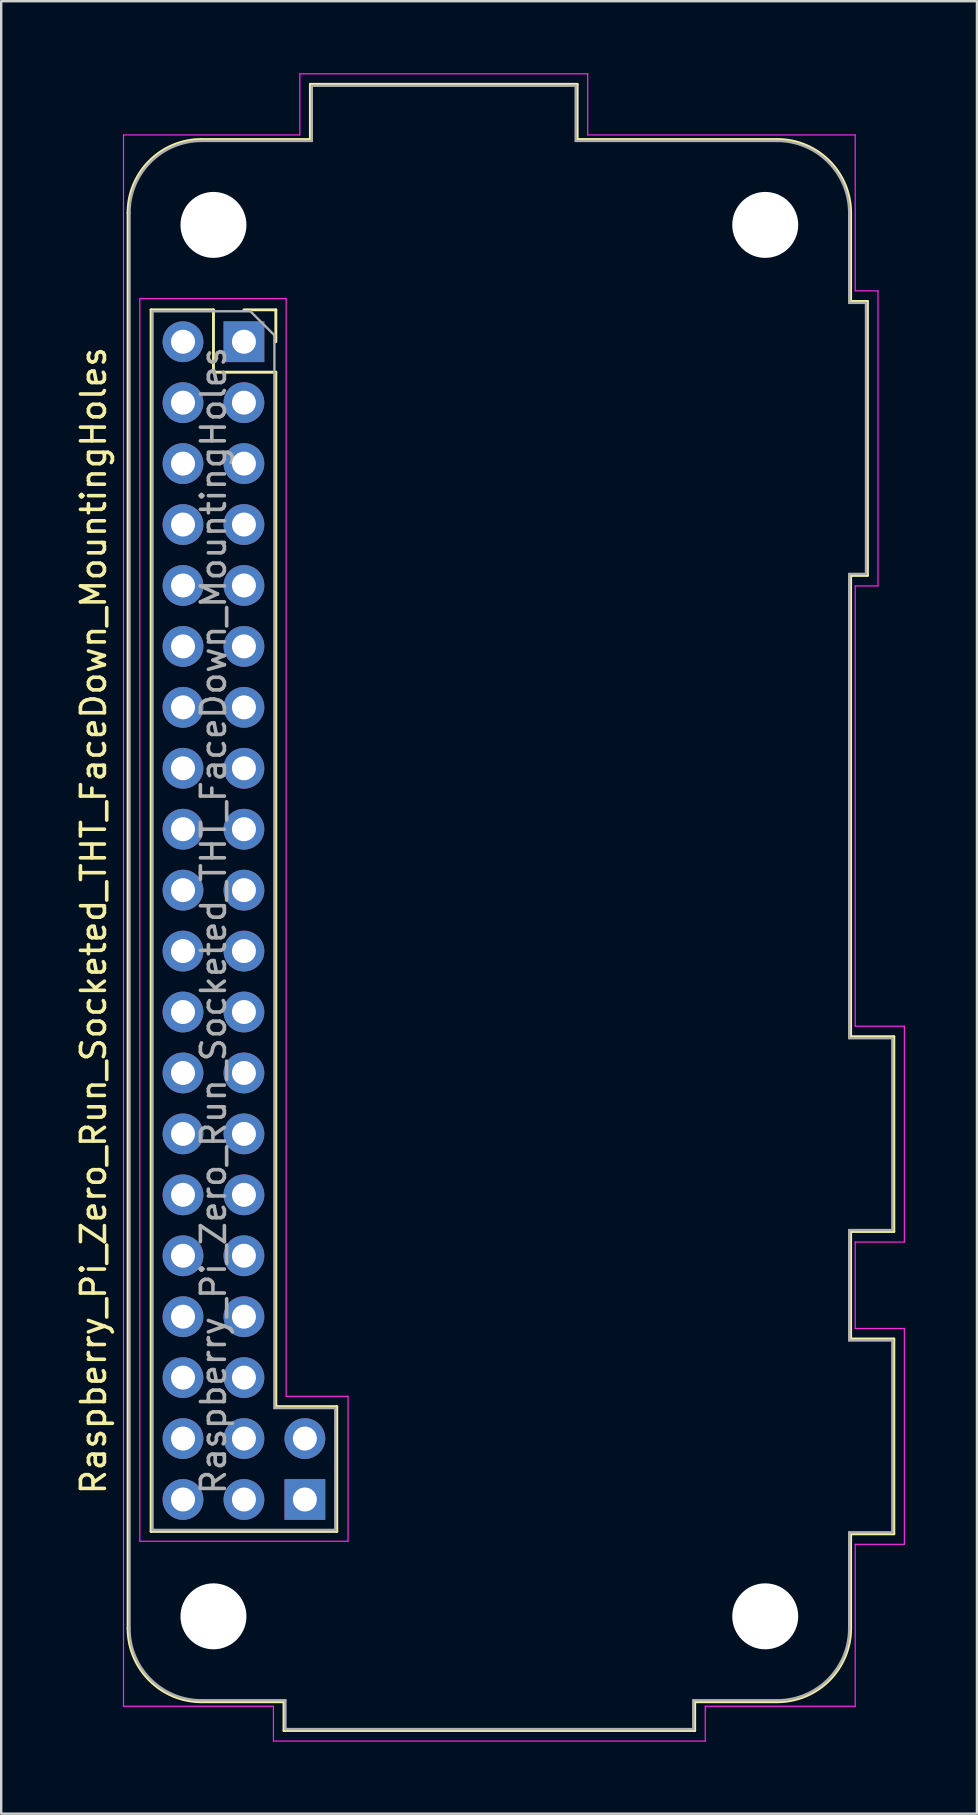
<source format=kicad_pcb>
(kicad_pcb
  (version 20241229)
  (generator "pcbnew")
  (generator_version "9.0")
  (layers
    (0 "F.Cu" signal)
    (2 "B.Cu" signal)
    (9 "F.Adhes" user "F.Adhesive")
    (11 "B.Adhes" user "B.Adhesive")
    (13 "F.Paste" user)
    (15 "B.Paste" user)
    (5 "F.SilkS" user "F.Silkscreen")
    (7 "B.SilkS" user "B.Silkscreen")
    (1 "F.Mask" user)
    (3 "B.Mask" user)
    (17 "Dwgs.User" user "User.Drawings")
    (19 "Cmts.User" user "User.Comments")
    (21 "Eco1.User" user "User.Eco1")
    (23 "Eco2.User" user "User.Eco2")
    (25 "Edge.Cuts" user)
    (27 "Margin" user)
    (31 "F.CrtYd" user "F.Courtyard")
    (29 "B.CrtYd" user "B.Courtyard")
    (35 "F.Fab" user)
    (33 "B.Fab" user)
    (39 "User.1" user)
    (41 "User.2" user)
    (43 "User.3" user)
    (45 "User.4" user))
  (footprint "Raspberry_Pi_Zero_Run_Socketed_THT_FaceDown_MountingHoles"
    (layer "F.Cu")
    (at 7.118 11.195)
    (property "Reference" "Raspberry_Pi_Zero_Run_Socketed_THT_FaceDown_MountingHoles" (at -6.27 24.13 90) (layer "F.SilkS") (effects (font (size 1 1) (thickness 0.15))))
    (attr through_hole)
    (fp_line (start -4.83 53.63) (end -4.83 -5.37) (stroke (width 0.12) (type solid)) (layer "F.SilkS"))
    (fp_line (start -3.87 -1.33) (end -3.87 49.59) (stroke (width 0.12) (type solid)) (layer "F.SilkS"))
    (fp_line (start -3.87 -1.33) (end -1.27 -1.33) (stroke (width 0.12) (type solid)) (layer "F.SilkS"))
    (fp_line (start -3.87 49.59) (end 3.87 49.59) (stroke (width 0.12) (type solid)) (layer "F.SilkS"))
    (fp_line (start -1.77 -8.43) (end 2.77 -8.43) (stroke (width 0.12) (type solid)) (layer "F.SilkS"))
    (fp_line (start -1.27 -1.33) (end -1.27 1.27) (stroke (width 0.12) (type solid)) (layer "F.SilkS"))
    (fp_line (start -1.27 1.27) (end 1.33 1.27) (stroke (width 0.12) (type solid)) (layer "F.SilkS"))
    (fp_line (start 0 -1.33) (end 1.33 -1.33) (stroke (width 0.12) (type solid)) (layer "F.SilkS"))
    (fp_line (start 1.33 -1.33) (end 1.33 0) (stroke (width 0.12) (type solid)) (layer "F.SilkS"))
    (fp_line (start 1.33 1.27) (end 1.33 44.39) (stroke (width 0.12) (type solid)) (layer "F.SilkS"))
    (fp_line (start 1.67 56.69) (end -1.77 56.69) (stroke (width 0.12) (type solid)) (layer "F.SilkS"))
    (fp_line (start 1.67 56.69) (end 1.67 57.89) (stroke (width 0.12) (type solid)) (layer "F.SilkS"))
    (fp_line (start 1.67 57.89) (end 18.79 57.89) (stroke (width 0.12) (type solid)) (layer "F.SilkS"))
    (fp_line (start 2.77 -8.43) (end 2.77 -10.73) (stroke (width 0.12) (type solid)) (layer "F.SilkS"))
    (fp_line (start 3.87 44.39) (end 1.33 44.39) (stroke (width 0.12) (type solid)) (layer "F.SilkS"))
    (fp_line (start 3.87 49.59) (end 3.87 44.39) (stroke (width 0.12) (type solid)) (layer "F.SilkS"))
    (fp_line (start 13.89 -10.73) (end 2.77 -10.73) (stroke (width 0.12) (type solid)) (layer "F.SilkS"))
    (fp_line (start 13.89 -8.43) (end 13.89 -10.73) (stroke (width 0.12) (type solid)) (layer "F.SilkS"))
    (fp_line (start 18.79 56.69) (end 22.23 56.69) (stroke (width 0.12) (type solid)) (layer "F.SilkS"))
    (fp_line (start 18.79 57.89) (end 18.79 56.69) (stroke (width 0.12) (type solid)) (layer "F.SilkS"))
    (fp_line (start 22.23 -8.43) (end 13.89 -8.43) (stroke (width 0.12) (type solid)) (layer "F.SilkS"))
    (fp_line (start 25.29 -1.68) (end 25.29 -5.37) (stroke (width 0.12) (type solid)) (layer "F.SilkS"))
    (fp_line (start 25.29 9.74) (end 25.99 9.74) (stroke (width 0.12) (type solid)) (layer "F.SilkS"))
    (fp_line (start 25.29 28.97) (end 25.29 9.74) (stroke (width 0.12) (type solid)) (layer "F.SilkS"))
    (fp_line (start 25.29 37.09) (end 27.09 37.09) (stroke (width 0.12) (type solid)) (layer "F.SilkS"))
    (fp_line (start 25.29 41.57) (end 25.29 37.09) (stroke (width 0.12) (type solid)) (layer "F.SilkS"))
    (fp_line (start 25.29 49.69) (end 27.09 49.69) (stroke (width 0.12) (type solid)) (layer "F.SilkS"))
    (fp_line (start 25.29 53.63) (end 25.29 49.69) (stroke (width 0.12) (type solid)) (layer "F.SilkS"))
    (fp_line (start 25.99 -1.68) (end 25.29 -1.68) (stroke (width 0.12) (type solid)) (layer "F.SilkS"))
    (fp_line (start 25.99 9.74) (end 25.99 -1.68) (stroke (width 0.12) (type solid)) (layer "F.SilkS"))
    (fp_line (start 27.09 28.97) (end 25.29 28.97) (stroke (width 0.12) (type solid)) (layer "F.SilkS"))
    (fp_line (start 27.09 37.09) (end 27.09 28.97) (stroke (width 0.12) (type solid)) (layer "F.SilkS"))
    (fp_line (start 27.09 41.57) (end 25.29 41.57) (stroke (width 0.12) (type solid)) (layer "F.SilkS"))
    (fp_line (start 27.09 49.69) (end 27.09 41.57) (stroke (width 0.12) (type solid)) (layer "F.SilkS"))
    (fp_arc (start -4.83 -5.37) (mid -3.933747 -7.533747) (end -1.77 -8.43) (stroke (width 0.12) (type solid)) (layer "F.SilkS"))
    (fp_arc (start -1.77 56.69) (mid -3.933747 55.793747) (end -4.83 53.63) (stroke (width 0.12) (type solid)) (layer "F.SilkS"))
    (fp_arc (start 22.23 -8.43) (mid 24.393747 -7.533747) (end 25.29 -5.37) (stroke (width 0.12) (type solid)) (layer "F.SilkS"))
    (fp_arc (start 25.29 53.63) (mid 24.393747 55.793747) (end 22.23 56.69) (stroke (width 0.12) (type solid)) (layer "F.SilkS"))
    (fp_line (start -5.02 -8.62) (end 2.33 -8.62) (stroke (width 0.05) (type solid)) (layer "F.CrtYd"))
    (fp_line (start -5.02 56.88) (end -5.02 -8.62) (stroke (width 0.05) (type solid)) (layer "F.CrtYd"))
    (fp_line (start -5.02 56.88) (end 1.23 56.88) (stroke (width 0.05) (type solid)) (layer "F.CrtYd"))
    (fp_line (start -4.34 -1.8) (end 1.76 -1.8) (stroke (width 0.05) (type solid)) (layer "F.CrtYd"))
    (fp_line (start -4.34 50) (end -4.34 -1.8) (stroke (width 0.05) (type solid)) (layer "F.CrtYd"))
    (fp_line (start 1.23 58.33) (end 1.23 56.88) (stroke (width 0.05) (type solid)) (layer "F.CrtYd"))
    (fp_line (start 1.76 -1.8) (end 1.76 43.96) (stroke (width 0.05) (type solid)) (layer "F.CrtYd"))
    (fp_line (start 1.76 43.96) (end 4.34 43.96) (stroke (width 0.05) (type solid)) (layer "F.CrtYd"))
    (fp_line (start 2.33 -8.62) (end 2.33 -11.17) (stroke (width 0.05) (type solid)) (layer "F.CrtYd"))
    (fp_line (start 4.34 43.96) (end 4.34 50) (stroke (width 0.05) (type solid)) (layer "F.CrtYd"))
    (fp_line (start 4.34 50) (end -4.34 50) (stroke (width 0.05) (type solid)) (layer "F.CrtYd"))
    (fp_line (start 14.33 -11.17) (end 2.33 -11.17) (stroke (width 0.05) (type solid)) (layer "F.CrtYd"))
    (fp_line (start 14.33 -8.62) (end 14.33 -11.17) (stroke (width 0.05) (type solid)) (layer "F.CrtYd"))
    (fp_line (start 19.23 56.88) (end 25.48 56.88) (stroke (width 0.05) (type solid)) (layer "F.CrtYd"))
    (fp_line (start 19.23 58.33) (end 1.23 58.33) (stroke (width 0.05) (type solid)) (layer "F.CrtYd"))
    (fp_line (start 19.23 58.33) (end 19.23 56.88) (stroke (width 0.05) (type solid)) (layer "F.CrtYd"))
    (fp_line (start 25.48 -8.62) (end 14.33 -8.62) (stroke (width 0.05) (type solid)) (layer "F.CrtYd"))
    (fp_line (start 25.48 -2.12) (end 25.48 -8.62) (stroke (width 0.05) (type solid)) (layer "F.CrtYd"))
    (fp_line (start 25.48 28.53) (end 25.48 10.18) (stroke (width 0.05) (type solid)) (layer "F.CrtYd"))
    (fp_line (start 25.48 37.53) (end 25.48 41.13) (stroke (width 0.05) (type solid)) (layer "F.CrtYd"))
    (fp_line (start 25.48 50.13) (end 25.48 56.88) (stroke (width 0.05) (type solid)) (layer "F.CrtYd"))
    (fp_line (start 26.43 -2.12) (end 25.48 -2.12) (stroke (width 0.05) (type solid)) (layer "F.CrtYd"))
    (fp_line (start 26.43 -2.12) (end 26.43 10.18) (stroke (width 0.05) (type solid)) (layer "F.CrtYd"))
    (fp_line (start 26.43 10.18) (end 25.48 10.18) (stroke (width 0.05) (type solid)) (layer "F.CrtYd"))
    (fp_line (start 27.53 28.53) (end 25.48 28.53) (stroke (width 0.05) (type solid)) (layer "F.CrtYd"))
    (fp_line (start 27.53 37.53) (end 25.48 37.53) (stroke (width 0.05) (type solid)) (layer "F.CrtYd"))
    (fp_line (start 27.53 37.53) (end 27.53 28.53) (stroke (width 0.05) (type solid)) (layer "F.CrtYd"))
    (fp_line (start 27.53 41.13) (end 25.48 41.13) (stroke (width 0.05) (type solid)) (layer "F.CrtYd"))
    (fp_line (start 27.53 50.13) (end 25.48 50.13) (stroke (width 0.05) (type solid)) (layer "F.CrtYd"))
    (fp_line (start 27.53 50.13) (end 27.53 41.13) (stroke (width 0.05) (type solid)) (layer "F.CrtYd"))
    (fp_line (start -4.77 53.63) (end -4.77 -5.37) (stroke (width 0.1) (type solid)) (layer "F.Fab"))
    (fp_line (start -3.81 -1.27) (end 0.27 -1.27) (stroke (width 0.1) (type solid)) (layer "F.Fab"))
    (fp_line (start -3.81 49.53) (end -3.81 -1.27) (stroke (width 0.1) (type solid)) (layer "F.Fab"))
    (fp_line (start -1.77 -8.37) (end 2.83 -8.37) (stroke (width 0.1) (type solid)) (layer "F.Fab"))
    (fp_line (start -1.77 56.63) (end 1.73 56.63) (stroke (width 0.1) (type solid)) (layer "F.Fab"))
    (fp_line (start 0.27 -1.27) (end 1.27 -0.27) (stroke (width 0.1) (type solid)) (layer "F.Fab"))
    (fp_line (start 1.27 -0.27) (end 1.27 44.45) (stroke (width 0.1) (type solid)) (layer "F.Fab"))
    (fp_line (start 1.27 44.45) (end 3.81 44.45) (stroke (width 0.1) (type solid)) (layer "F.Fab"))
    (fp_line (start 1.73 56.63) (end 1.73 57.83) (stroke (width 0.1) (type solid)) (layer "F.Fab"))
    (fp_line (start 1.73 57.83) (end 18.73 57.83) (stroke (width 0.1) (type solid)) (layer "F.Fab"))
    (fp_line (start 2.83 -8.37) (end 2.83 -10.67) (stroke (width 0.1) (type solid)) (layer "F.Fab"))
    (fp_line (start 3.81 44.45) (end 3.81 49.53) (stroke (width 0.1) (type solid)) (layer "F.Fab"))
    (fp_line (start 3.81 49.53) (end -3.81 49.53) (stroke (width 0.1) (type solid)) (layer "F.Fab"))
    (fp_line (start 13.83 -10.67) (end 2.83 -10.67) (stroke (width 0.1) (type solid)) (layer "F.Fab"))
    (fp_line (start 13.83 -10.67) (end 13.83 -8.37) (stroke (width 0.1) (type solid)) (layer "F.Fab"))
    (fp_line (start 13.83 -8.37) (end 22.23 -8.37) (stroke (width 0.1) (type solid)) (layer "F.Fab"))
    (fp_line (start 18.73 56.63) (end 18.73 57.83) (stroke (width 0.1) (type solid)) (layer "F.Fab"))
    (fp_line (start 22.23 56.63) (end 18.73 56.63) (stroke (width 0.1) (type solid)) (layer "F.Fab"))
    (fp_line (start 25.23 -1.62) (end 25.23 -5.37) (stroke (width 0.1) (type solid)) (layer "F.Fab"))
    (fp_line (start 25.23 -1.62) (end 25.93 -1.62) (stroke (width 0.1) (type solid)) (layer "F.Fab"))
    (fp_line (start 25.23 9.68) (end 25.93 9.68) (stroke (width 0.1) (type solid)) (layer "F.Fab"))
    (fp_line (start 25.23 29.03) (end 25.23 9.68) (stroke (width 0.1) (type solid)) (layer "F.Fab"))
    (fp_line (start 25.23 37.03) (end 27.03 37.03) (stroke (width 0.1) (type solid)) (layer "F.Fab"))
    (fp_line (start 25.23 41.63) (end 25.23 37.03) (stroke (width 0.1) (type solid)) (layer "F.Fab"))
    (fp_line (start 25.23 49.63) (end 25.23 53.63) (stroke (width 0.1) (type solid)) (layer "F.Fab"))
    (fp_line (start 25.23 49.63) (end 27.03 49.63) (stroke (width 0.1) (type solid)) (layer "F.Fab"))
    (fp_line (start 25.93 9.68) (end 25.93 -1.62) (stroke (width 0.1) (type solid)) (layer "F.Fab"))
    (fp_line (start 27.03 29.03) (end 25.23 29.03) (stroke (width 0.1) (type solid)) (layer "F.Fab"))
    (fp_line (start 27.03 37.03) (end 27.03 29.03) (stroke (width 0.1) (type solid)) (layer "F.Fab"))
    (fp_line (start 27.03 41.63) (end 25.23 41.63) (stroke (width 0.1) (type solid)) (layer "F.Fab"))
    (fp_line (start 27.03 49.63) (end 27.03 41.63) (stroke (width 0.1) (type solid)) (layer "F.Fab"))
    (fp_arc (start -4.77 -5.37) (mid -3.89132 -7.49132) (end -1.77 -8.37) (stroke (width 0.1) (type solid)) (layer "F.Fab"))
    (fp_arc (start -1.77 56.63) (mid -3.89132 55.75132) (end -4.77 53.63) (stroke (width 0.1) (type solid)) (layer "F.Fab"))
    (fp_arc (start 22.23 -8.37) (mid 24.35132 -7.49132) (end 25.23 -5.37) (stroke (width 0.1) (type solid)) (layer "F.Fab"))
    (fp_arc (start 25.23 53.63) (mid 24.35132 55.75132) (end 22.23 56.63) (stroke (width 0.1) (type solid)) (layer "F.Fab"))
    (fp_text user "${REFERENCE}" (at -1.27 24.13 90) (layer "F.Fab") (effects (font (size 1 1) (thickness 0.15))))
    (pad "" np_thru_hole circle (at -1.27 -4.87 90) (size 2.75 2.75) (drill 2.75) (layers "*.Cu" "*.Mask"))
    (pad "" np_thru_hole circle (at -1.27 53.13 90) (size 2.75 2.75) (drill 2.75) (layers "*.Cu" "*.Mask"))
    (pad "" np_thru_hole circle (at 21.73 -4.87 90) (size 2.75 2.75) (drill 2.75) (layers "*.Cu" "*.Mask"))
    (pad "" np_thru_hole circle (at 21.73 53.13 90) (size 2.75 2.75) (drill 2.75) (layers "*.Cu" "*.Mask"))
    (pad "1" thru_hole rect (at 0 0) (size 1.7 1.7) (drill 1) (layers "*.Cu" "*.Mask"))
    (pad "2" thru_hole oval (at -2.54 0) (size 1.7 1.7) (drill 1) (layers "*.Cu" "*.Mask"))
    (pad "3" thru_hole oval (at 0 2.54) (size 1.7 1.7) (drill 1) (layers "*.Cu" "*.Mask"))
    (pad "4" thru_hole oval (at -2.54 2.54) (size 1.7 1.7) (drill 1) (layers "*.Cu" "*.Mask"))
    (pad "5" thru_hole oval (at 0 5.08) (size 1.7 1.7) (drill 1) (layers "*.Cu" "*.Mask"))
    (pad "6" thru_hole oval (at -2.54 5.08) (size 1.7 1.7) (drill 1) (layers "*.Cu" "*.Mask"))
    (pad "7" thru_hole oval (at 0 7.62) (size 1.7 1.7) (drill 1) (layers "*.Cu" "*.Mask"))
    (pad "8" thru_hole oval (at -2.54 7.62) (size 1.7 1.7) (drill 1) (layers "*.Cu" "*.Mask"))
    (pad "9" thru_hole oval (at 0 10.16) (size 1.7 1.7) (drill 1) (layers "*.Cu" "*.Mask"))
    (pad "10" thru_hole oval (at -2.54 10.16) (size 1.7 1.7) (drill 1) (layers "*.Cu" "*.Mask"))
    (pad "11" thru_hole oval (at 0 12.7) (size 1.7 1.7) (drill 1) (layers "*.Cu" "*.Mask"))
    (pad "12" thru_hole oval (at -2.54 12.7) (size 1.7 1.7) (drill 1) (layers "*.Cu" "*.Mask"))
    (pad "13" thru_hole oval (at 0 15.24) (size 1.7 1.7) (drill 1) (layers "*.Cu" "*.Mask"))
    (pad "14" thru_hole oval (at -2.54 15.24) (size 1.7 1.7) (drill 1) (layers "*.Cu" "*.Mask"))
    (pad "15" thru_hole oval (at 0 17.78) (size 1.7 1.7) (drill 1) (layers "*.Cu" "*.Mask"))
    (pad "16" thru_hole oval (at -2.54 17.78) (size 1.7 1.7) (drill 1) (layers "*.Cu" "*.Mask"))
    (pad "17" thru_hole oval (at 0 20.32) (size 1.7 1.7) (drill 1) (layers "*.Cu" "*.Mask"))
    (pad "18" thru_hole oval (at -2.54 20.32) (size 1.7 1.7) (drill 1) (layers "*.Cu" "*.Mask"))
    (pad "19" thru_hole oval (at 0 22.86) (size 1.7 1.7) (drill 1) (layers "*.Cu" "*.Mask"))
    (pad "20" thru_hole oval (at -2.54 22.86) (size 1.7 1.7) (drill 1) (layers "*.Cu" "*.Mask"))
    (pad "21" thru_hole oval (at 0 25.4) (size 1.7 1.7) (drill 1) (layers "*.Cu" "*.Mask"))
    (pad "22" thru_hole oval (at -2.54 25.4) (size 1.7 1.7) (drill 1) (layers "*.Cu" "*.Mask"))
    (pad "23" thru_hole oval (at 0 27.94) (size 1.7 1.7) (drill 1) (layers "*.Cu" "*.Mask"))
    (pad "24" thru_hole oval (at -2.54 27.94) (size 1.7 1.7) (drill 1) (layers "*.Cu" "*.Mask"))
    (pad "25" thru_hole oval (at 0 30.48) (size 1.7 1.7) (drill 1) (layers "*.Cu" "*.Mask"))
    (pad "26" thru_hole oval (at -2.54 30.48) (size 1.7 1.7) (drill 1) (layers "*.Cu" "*.Mask"))
    (pad "27" thru_hole oval (at 0 33.02) (size 1.7 1.7) (drill 1) (layers "*.Cu" "*.Mask"))
    (pad "28" thru_hole oval (at -2.54 33.02) (size 1.7 1.7) (drill 1) (layers "*.Cu" "*.Mask"))
    (pad "29" thru_hole oval (at 0 35.56) (size 1.7 1.7) (drill 1) (layers "*.Cu" "*.Mask"))
    (pad "30" thru_hole oval (at -2.54 35.56) (size 1.7 1.7) (drill 1) (layers "*.Cu" "*.Mask"))
    (pad "31" thru_hole oval (at 0 38.1) (size 1.7 1.7) (drill 1) (layers "*.Cu" "*.Mask"))
    (pad "32" thru_hole oval (at -2.54 38.1) (size 1.7 1.7) (drill 1) (layers "*.Cu" "*.Mask"))
    (pad "33" thru_hole oval (at 0 40.64) (size 1.7 1.7) (drill 1) (layers "*.Cu" "*.Mask"))
    (pad "34" thru_hole oval (at -2.54 40.64) (size 1.7 1.7) (drill 1) (layers "*.Cu" "*.Mask"))
    (pad "35" thru_hole oval (at 0 43.18) (size 1.7 1.7) (drill 1) (layers "*.Cu" "*.Mask"))
    (pad "36" thru_hole oval (at -2.54 43.18) (size 1.7 1.7) (drill 1) (layers "*.Cu" "*.Mask"))
    (pad "37" thru_hole oval (at 0 45.72) (size 1.7 1.7) (drill 1) (layers "*.Cu" "*.Mask"))
    (pad "38" thru_hole oval (at -2.54 45.72) (size 1.7 1.7) (drill 1) (layers "*.Cu" "*.Mask"))
    (pad "39" thru_hole oval (at 0 48.26) (size 1.7 1.7) (drill 1) (layers "*.Cu" "*.Mask"))
    (pad "40" thru_hole oval (at -2.54 48.26) (size 1.7 1.7) (drill 1) (layers "*.Cu" "*.Mask"))
    (pad "41" thru_hole rect (at 2.54 48.26 180) (size 1.7 1.7) (drill 1) (layers "*.Cu" "*.Mask"))
    (pad "42" thru_hole oval (at 2.54 45.72 180) (size 1.7 1.7) (drill 1) (layers "*.Cu" "*.Mask")))
  (gr_rect
    (start -3 -3)
    (end 37.673 72.55)
    (stroke (width 0.1) (type default))
    (fill no)
    (layer "Edge.Cuts")))
</source>
